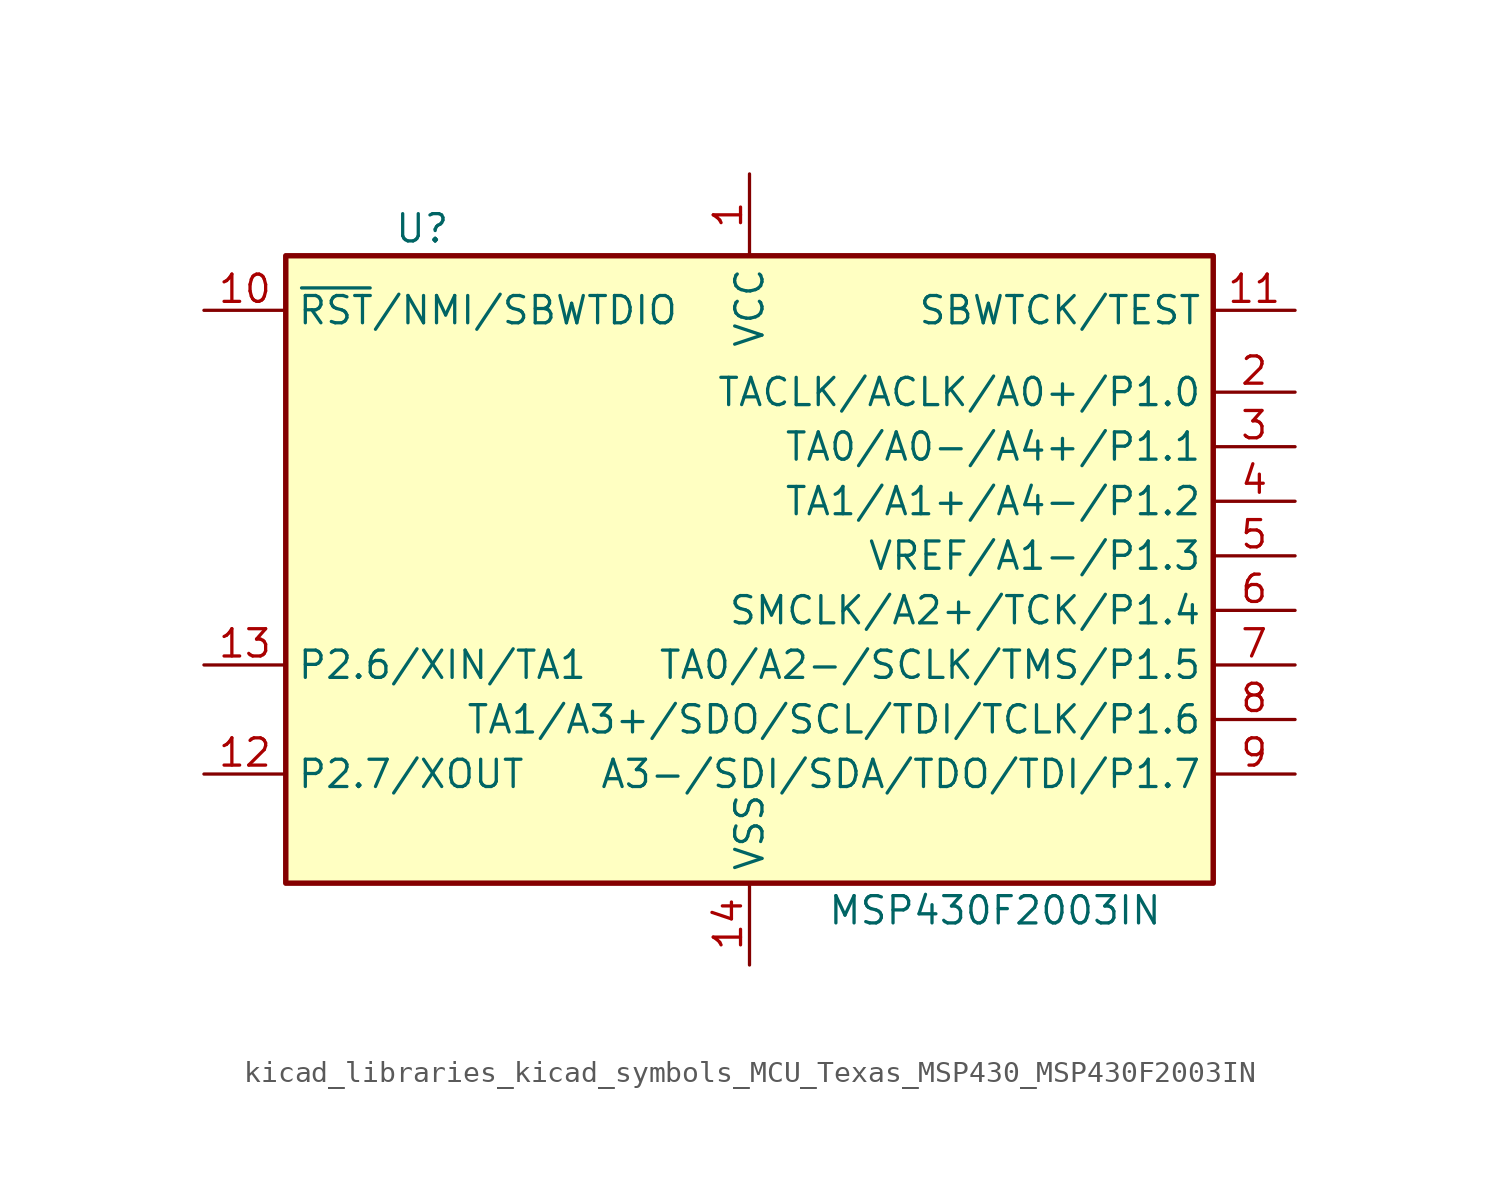
<source format=kicad_sym>
(kicad_symbol_lib
  (version 20220914)
  (generator kicad_symbol_editor)
  (symbol "kicad_libraries_kicad_symbols_MCU_Texas_MSP430_MSP430F2003IN"
    (property "Reference" "U"
      (at -15.24 15.24 0)
      (effects (font (size 1.27 1.27))))
    (property "Value" "MSP430F2003IN"
      (at 11.43 -16.51 0)
      (effects (font (size 1.27 1.27))))
    (symbol "kicad_libraries_kicad_symbols_MCU_Texas_MSP430_MSP430F2003IN_0_1"
      (rectangle (start -21.59 13.97) (end 21.59 -15.24) (stroke (width 0.254) (type default)) (fill (type background))))
    (symbol "kicad_libraries_kicad_symbols_MCU_Texas_MSP430_MSP430F2003IN_1_1"
      (pin power_in line (at 0 17.78 270) (length 3.81) (name "VCC" (effects (font (size 1.27 1.27)))) (number "1" (effects (font (size 1.27 1.27)))))
      (pin input line (at -25.4 11.43 0) (length 3.81) (name "~{RST}/NMI/SBWTDIO" (effects (font (size 1.27 1.27)))) (number "10" (effects (font (size 1.27 1.27)))))
      (pin input line (at 25.4 11.43 180) (length 3.81) (name "SBWTCK/TEST" (effects (font (size 1.27 1.27)))) (number "11" (effects (font (size 1.27 1.27)))))
      (pin bidirectional line (at -25.4 -10.16 0) (length 3.81) (name "P2.7/XOUT" (effects (font (size 1.27 1.27)))) (number "12" (effects (font (size 1.27 1.27)))))
      (pin bidirectional line (at -25.4 -5.08 0) (length 3.81) (name "P2.6/XIN/TA1" (effects (font (size 1.27 1.27)))) (number "13" (effects (font (size 1.27 1.27)))))
      (pin power_in line (at 0 -19.05 90) (length 3.81) (name "VSS" (effects (font (size 1.27 1.27)))) (number "14" (effects (font (size 1.27 1.27)))))
      (pin bidirectional line (at 25.4 7.62 180) (length 3.81) (name "TACLK/ACLK/A0+/P1.0" (effects (font (size 1.27 1.27)))) (number "2" (effects (font (size 1.27 1.27)))))
      (pin bidirectional line (at 25.4 5.08 180) (length 3.81) (name "TA0/A0-/A4+/P1.1" (effects (font (size 1.27 1.27)))) (number "3" (effects (font (size 1.27 1.27)))))
      (pin bidirectional line (at 25.4 2.54 180) (length 3.81) (name "TA1/A1+/A4-/P1.2" (effects (font (size 1.27 1.27)))) (number "4" (effects (font (size 1.27 1.27)))))
      (pin bidirectional line (at 25.4 0 180) (length 3.81) (name "VREF/A1-/P1.3" (effects (font (size 1.27 1.27)))) (number "5" (effects (font (size 1.27 1.27)))))
      (pin bidirectional line (at 25.4 -2.54 180) (length 3.81) (name "SMCLK/A2+/TCK/P1.4" (effects (font (size 1.27 1.27)))) (number "6" (effects (font (size 1.27 1.27)))))
      (pin bidirectional line (at 25.4 -5.08 180) (length 3.81) (name "TA0/A2-/SCLK/TMS/P1.5" (effects (font (size 1.27 1.27)))) (number "7" (effects (font (size 1.27 1.27)))))
      (pin bidirectional line (at 25.4 -7.62 180) (length 3.81) (name "TA1/A3+/SDO/SCL/TDI/TCLK/P1.6" (effects (font (size 1.27 1.27)))) (number "8" (effects (font (size 1.27 1.27)))))
      (pin bidirectional line (at 25.4 -10.16 180) (length 3.81) (name "A3-/SDI/SDA/TDO/TDI/P1.7" (effects (font (size 1.27 1.27)))) (number "9" (effects (font (size 1.27 1.27))))))))
</source>
